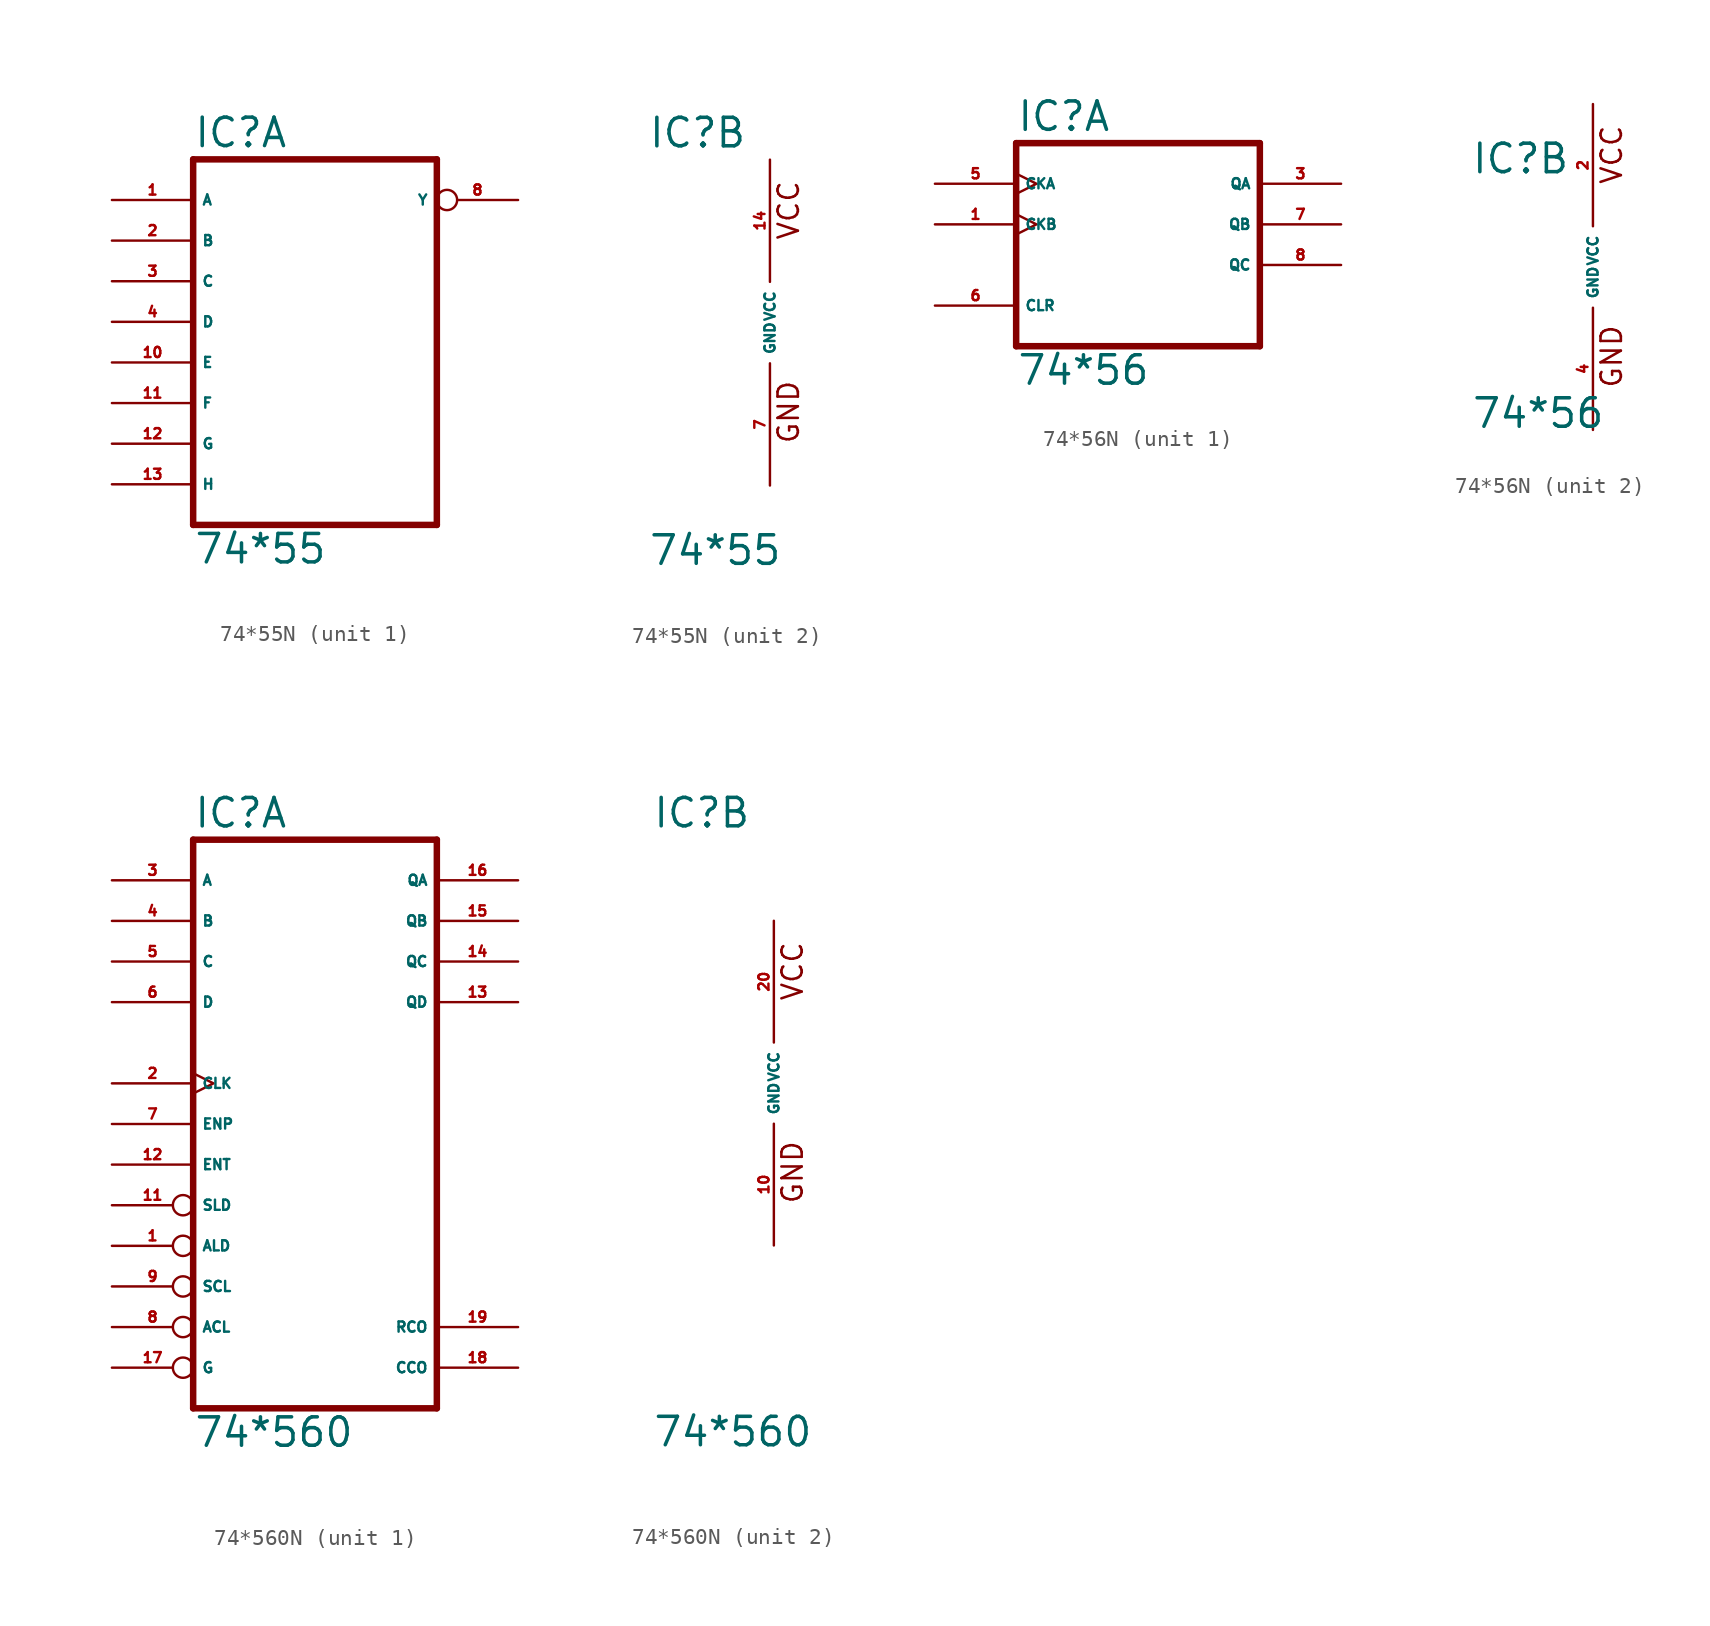
<source format=kicad_sym>
(kicad_symbol_lib
  (version 20220914)
  (generator Eagle2Kicad)
  (symbol "74*55N"
    (property "Reference" "IC"
      (at -7.62 10.795 0)
      (effects (font (size 1.778 1.778) (thickness 0.22)) (justify left bottom)))
    (property "Value" "74*55"
      (at -7.62 -15.24 0)
      (effects (font (size 1.778 1.778) (thickness 0.22)) (justify left bottom)))
    (symbol "74*55N_1_0"
      (polyline (pts (xy -7.62 -12.7) (xy 7.62 -12.7)) (stroke (width 0.406) (type default)) (fill (type none)))
      (polyline (pts (xy 7.62 -12.7) (xy 7.62 10.16)) (stroke (width 0.406) (type default)) (fill (type none)))
      (polyline (pts (xy 7.62 10.16) (xy -7.62 10.16)) (stroke (width 0.406) (type default)) (fill (type none)))
      (polyline (pts (xy -7.62 10.16) (xy -7.62 -12.7)) (stroke (width 0.406) (type default)) (fill (type none)))
      (pin input line (at -12.7 7.62 0) (length 5.08) (name "A" (effects (font (size 0.635 0.635) (thickness 0.08)) (justify left bottom))) (number "1" (effects (font (size 0.635 0.635) (thickness 0.08)) (justify left bottom))))
      (pin input line (at -12.7 5.08 0) (length 5.08) (name "B" (effects (font (size 0.635 0.635) (thickness 0.08)) (justify left bottom))) (number "2" (effects (font (size 0.635 0.635) (thickness 0.08)) (justify left bottom))))
      (pin input line (at -12.7 2.54 0) (length 5.08) (name "C" (effects (font (size 0.635 0.635) (thickness 0.08)) (justify left bottom))) (number "3" (effects (font (size 0.635 0.635) (thickness 0.08)) (justify left bottom))))
      (pin input line (at -12.7 0 0) (length 5.08) (name "D" (effects (font (size 0.635 0.635) (thickness 0.08)) (justify left bottom))) (number "4" (effects (font (size 0.635 0.635) (thickness 0.08)) (justify left bottom))))
      (pin output inverted (at 12.7 7.62 180) (length 5.08) (name "Y" (effects (font (size 0.635 0.635) (thickness 0.08)) (justify left bottom))) (number "8" (effects (font (size 0.635 0.635) (thickness 0.08)) (justify left bottom))))
      (pin input line (at -12.7 -2.54 0) (length 5.08) (name "E" (effects (font (size 0.635 0.635) (thickness 0.08)) (justify left bottom))) (number "10" (effects (font (size 0.635 0.635) (thickness 0.08)) (justify left bottom))))
      (pin input line (at -12.7 -5.08 0) (length 5.08) (name "F" (effects (font (size 0.635 0.635) (thickness 0.08)) (justify left bottom))) (number "11" (effects (font (size 0.635 0.635) (thickness 0.08)) (justify left bottom))))
      (pin input line (at -12.7 -7.62 0) (length 5.08) (name "G" (effects (font (size 0.635 0.635) (thickness 0.08)) (justify left bottom))) (number "12" (effects (font (size 0.635 0.635) (thickness 0.08)) (justify left bottom))))
      (pin input line (at -12.7 -10.16 0) (length 5.08) (name "H" (effects (font (size 0.635 0.635) (thickness 0.08)) (justify left bottom))) (number "13" (effects (font (size 0.635 0.635) (thickness 0.08)) (justify left bottom)))))
    (symbol "74*55N_2_0"
      (text "GND" (at 1.905 -7.62 900) (effects (font (size 1.27 1.27) (thickness 0.16)) (justify left bottom)))
      (text "VCC" (at 1.905 5.08 900) (effects (font (size 1.27 1.27) (thickness 0.16)) (justify left bottom)))
      (pin unspecified line (at 0 -10.16 90) (length 7.62) (name "GND" (effects (font (size 0.635 0.635) (thickness 0.08)) (justify left bottom))) (number "7" (effects (font (size 0.635 0.635) (thickness 0.08)) (justify left bottom))))
      (pin unspecified line (at 0 10.16 270) (length 7.62) (name "VCC" (effects (font (size 0.635 0.635) (thickness 0.08)) (justify left bottom))) (number "14" (effects (font (size 0.635 0.635) (thickness 0.08)) (justify left bottom))))))
  (symbol "74*56N"
    (property "Reference" "IC"
      (at -7.62 5.715 0)
      (effects (font (size 1.778 1.778) (thickness 0.22)) (justify left bottom)))
    (property "Value" "74*56"
      (at -7.62 -10.16 0)
      (effects (font (size 1.778 1.778) (thickness 0.22)) (justify left bottom)))
    (symbol "74*56N_1_0"
      (polyline (pts (xy -7.62 -7.62) (xy 7.62 -7.62)) (stroke (width 0.406) (type default)) (fill (type none)))
      (polyline (pts (xy 7.62 -7.62) (xy 7.62 5.08)) (stroke (width 0.406) (type default)) (fill (type none)))
      (polyline (pts (xy 7.62 5.08) (xy -7.62 5.08)) (stroke (width 0.406) (type default)) (fill (type none)))
      (polyline (pts (xy -7.62 5.08) (xy -7.62 -7.62)) (stroke (width 0.406) (type default)) (fill (type none)))
      (pin input clock (at -12.7 0 0) (length 5.08) (name "CKB" (effects (font (size 0.635 0.635) (thickness 0.08)) (justify left bottom))) (number "1" (effects (font (size 0.635 0.635) (thickness 0.08)) (justify left bottom))))
      (pin output line (at 12.7 2.54 180) (length 5.08) (name "QA" (effects (font (size 0.635 0.635) (thickness 0.08)) (justify left bottom))) (number "3" (effects (font (size 0.635 0.635) (thickness 0.08)) (justify left bottom))))
      (pin input clock (at -12.7 2.54 0) (length 5.08) (name "CKA" (effects (font (size 0.635 0.635) (thickness 0.08)) (justify left bottom))) (number "5" (effects (font (size 0.635 0.635) (thickness 0.08)) (justify left bottom))))
      (pin input line (at -12.7 -5.08 0) (length 5.08) (name "CLR" (effects (font (size 0.635 0.635) (thickness 0.08)) (justify left bottom))) (number "6" (effects (font (size 0.635 0.635) (thickness 0.08)) (justify left bottom))))
      (pin output line (at 12.7 0 180) (length 5.08) (name "QB" (effects (font (size 0.635 0.635) (thickness 0.08)) (justify left bottom))) (number "7" (effects (font (size 0.635 0.635) (thickness 0.08)) (justify left bottom))))
      (pin output line (at 12.7 -2.54 180) (length 5.08) (name "QC" (effects (font (size 0.635 0.635) (thickness 0.08)) (justify left bottom))) (number "8" (effects (font (size 0.635 0.635) (thickness 0.08)) (justify left bottom)))))
    (symbol "74*56N_2_0"
      (text "GND" (at 1.905 -7.62 900) (effects (font (size 1.27 1.27) (thickness 0.16)) (justify left bottom)))
      (text "VCC" (at 1.905 5.08 900) (effects (font (size 1.27 1.27) (thickness 0.16)) (justify left bottom)))
      (pin unspecified line (at 0 -10.16 90) (length 7.62) (name "GND" (effects (font (size 0.635 0.635) (thickness 0.08)) (justify left bottom))) (number "4" (effects (font (size 0.635 0.635) (thickness 0.08)) (justify left bottom))))
      (pin unspecified line (at 0 10.16 270) (length 7.62) (name "VCC" (effects (font (size 0.635 0.635) (thickness 0.08)) (justify left bottom))) (number "2" (effects (font (size 0.635 0.635) (thickness 0.08)) (justify left bottom))))))
  (symbol "74*560N"
    (property "Reference" "IC"
      (at -7.62 15.875 0)
      (effects (font (size 1.778 1.778) (thickness 0.22)) (justify left bottom)))
    (property "Value" "74*560"
      (at -7.62 -22.86 0)
      (effects (font (size 1.778 1.778) (thickness 0.22)) (justify left bottom)))
    (symbol "74*560N_1_0"
      (polyline (pts (xy -7.62 -20.32) (xy 7.62 -20.32)) (stroke (width 0.406) (type default)) (fill (type none)))
      (polyline (pts (xy 7.62 -20.32) (xy 7.62 15.24)) (stroke (width 0.406) (type default)) (fill (type none)))
      (polyline (pts (xy 7.62 15.24) (xy -7.62 15.24)) (stroke (width 0.406) (type default)) (fill (type none)))
      (polyline (pts (xy -7.62 15.24) (xy -7.62 -20.32)) (stroke (width 0.406) (type default)) (fill (type none)))
      (pin input inverted (at -12.7 -10.16 0) (length 5.08) (name "ALD" (effects (font (size 0.635 0.635) (thickness 0.08)) (justify left bottom))) (number "1" (effects (font (size 0.635 0.635) (thickness 0.08)) (justify left bottom))))
      (pin input clock (at -12.7 0 0) (length 5.08) (name "CLK" (effects (font (size 0.635 0.635) (thickness 0.08)) (justify left bottom))) (number "2" (effects (font (size 0.635 0.635) (thickness 0.08)) (justify left bottom))))
      (pin input line (at -12.7 12.7 0) (length 5.08) (name "A" (effects (font (size 0.635 0.635) (thickness 0.08)) (justify left bottom))) (number "3" (effects (font (size 0.635 0.635) (thickness 0.08)) (justify left bottom))))
      (pin input line (at -12.7 10.16 0) (length 5.08) (name "B" (effects (font (size 0.635 0.635) (thickness 0.08)) (justify left bottom))) (number "4" (effects (font (size 0.635 0.635) (thickness 0.08)) (justify left bottom))))
      (pin input line (at -12.7 7.62 0) (length 5.08) (name "C" (effects (font (size 0.635 0.635) (thickness 0.08)) (justify left bottom))) (number "5" (effects (font (size 0.635 0.635) (thickness 0.08)) (justify left bottom))))
      (pin input line (at -12.7 5.08 0) (length 5.08) (name "D" (effects (font (size 0.635 0.635) (thickness 0.08)) (justify left bottom))) (number "6" (effects (font (size 0.635 0.635) (thickness 0.08)) (justify left bottom))))
      (pin input line (at -12.7 -2.54 0) (length 5.08) (name "ENP" (effects (font (size 0.635 0.635) (thickness 0.08)) (justify left bottom))) (number "7" (effects (font (size 0.635 0.635) (thickness 0.08)) (justify left bottom))))
      (pin input inverted (at -12.7 -15.24 0) (length 5.08) (name "ACL" (effects (font (size 0.635 0.635) (thickness 0.08)) (justify left bottom))) (number "8" (effects (font (size 0.635 0.635) (thickness 0.08)) (justify left bottom))))
      (pin input inverted (at -12.7 -12.7 0) (length 5.08) (name "SCL" (effects (font (size 0.635 0.635) (thickness 0.08)) (justify left bottom))) (number "9" (effects (font (size 0.635 0.635) (thickness 0.08)) (justify left bottom))))
      (pin input inverted (at -12.7 -7.62 0) (length 5.08) (name "SLD" (effects (font (size 0.635 0.635) (thickness 0.08)) (justify left bottom))) (number "11" (effects (font (size 0.635 0.635) (thickness 0.08)) (justify left bottom))))
      (pin input line (at -12.7 -5.08 0) (length 5.08) (name "ENT" (effects (font (size 0.635 0.635) (thickness 0.08)) (justify left bottom))) (number "12" (effects (font (size 0.635 0.635) (thickness 0.08)) (justify left bottom))))
      (pin output line (at 12.7 5.08 180) (length 5.08) (name "QD" (effects (font (size 0.635 0.635) (thickness 0.08)) (justify left bottom))) (number "13" (effects (font (size 0.635 0.635) (thickness 0.08)) (justify left bottom))))
      (pin output line (at 12.7 7.62 180) (length 5.08) (name "QC" (effects (font (size 0.635 0.635) (thickness 0.08)) (justify left bottom))) (number "14" (effects (font (size 0.635 0.635) (thickness 0.08)) (justify left bottom))))
      (pin output line (at 12.7 10.16 180) (length 5.08) (name "QB" (effects (font (size 0.635 0.635) (thickness 0.08)) (justify left bottom))) (number "15" (effects (font (size 0.635 0.635) (thickness 0.08)) (justify left bottom))))
      (pin output line (at 12.7 12.7 180) (length 5.08) (name "QA" (effects (font (size 0.635 0.635) (thickness 0.08)) (justify left bottom))) (number "16" (effects (font (size 0.635 0.635) (thickness 0.08)) (justify left bottom))))
      (pin input inverted (at -12.7 -17.78 0) (length 5.08) (name "G" (effects (font (size 0.635 0.635) (thickness 0.08)) (justify left bottom))) (number "17" (effects (font (size 0.635 0.635) (thickness 0.08)) (justify left bottom))))
      (pin output line (at 12.7 -17.78 180) (length 5.08) (name "CCO" (effects (font (size 0.635 0.635) (thickness 0.08)) (justify left bottom))) (number "18" (effects (font (size 0.635 0.635) (thickness 0.08)) (justify left bottom))))
      (pin output line (at 12.7 -15.24 180) (length 5.08) (name "RCO" (effects (font (size 0.635 0.635) (thickness 0.08)) (justify left bottom))) (number "19" (effects (font (size 0.635 0.635) (thickness 0.08)) (justify left bottom)))))
    (symbol "74*560N_2_0"
      (text "GND" (at 1.905 -7.62 900) (effects (font (size 1.27 1.27) (thickness 0.16)) (justify left bottom)))
      (text "VCC" (at 1.905 5.08 900) (effects (font (size 1.27 1.27) (thickness 0.16)) (justify left bottom)))
      (pin unspecified line (at 0 -10.16 90) (length 7.62) (name "GND" (effects (font (size 0.635 0.635) (thickness 0.08)) (justify left bottom))) (number "10" (effects (font (size 0.635 0.635) (thickness 0.08)) (justify left bottom))))
      (pin unspecified line (at 0 10.16 270) (length 7.62) (name "VCC" (effects (font (size 0.635 0.635) (thickness 0.08)) (justify left bottom))) (number "20" (effects (font (size 0.635 0.635) (thickness 0.08)) (justify left bottom)))))))
</source>
